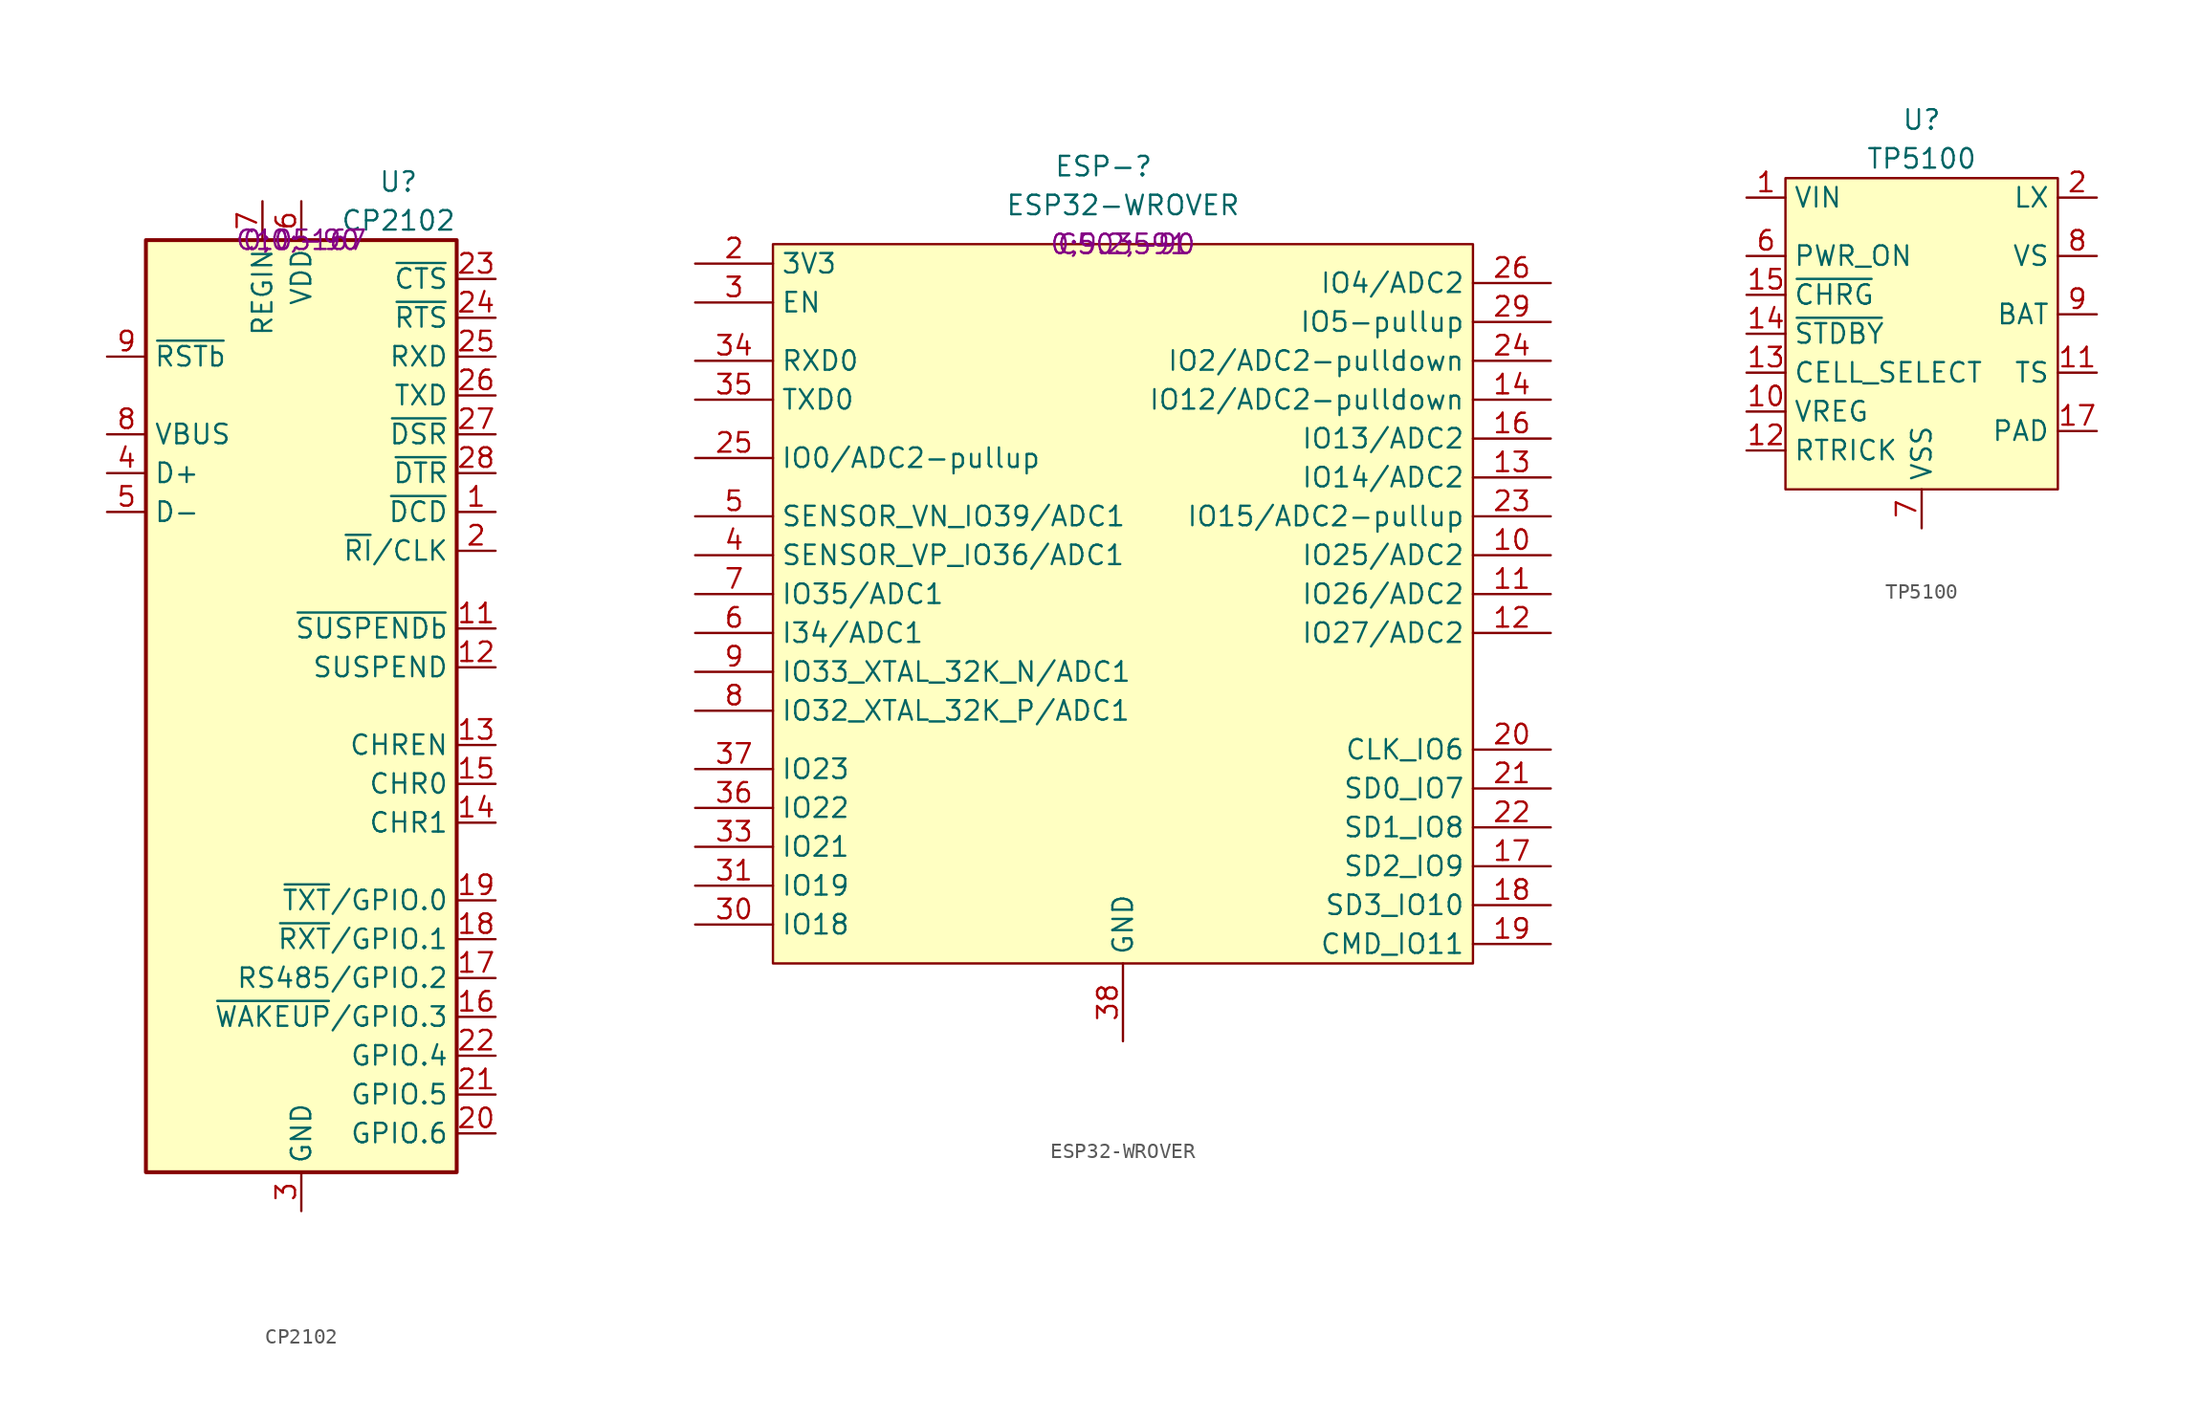
<source format=kicad_sym>
(kicad_symbol_lib
  (version 20211014)
  (generator kicad_symbol_editor)
  (symbol "CP2102"
    (property "Reference" "U"
      (at 6.35 3.81 0)
      (effects (font (size 1.27 1.27))))
    (property "Value" "CP2102"
      (at 6.35 1.27 0)
      (effects (font (size 1.27 1.27))))
    (property "LCSC" "C105167"
      (at 0 0 0)
      (effects (font (size 1.27 1.27))))
    (property "JLCPCB_CORRECTION" "0;0;-90"
      (at 0 0 0)
      (effects (font (size 1.27 1.27))))
    (symbol "CP2102_0_1"
      (rectangle (start -10.16 0) (end 10.16 -60.96) (stroke (width 0.254) (type default) (color 0 0 0 0)) (fill (type background))))
    (symbol "CP2102_1_1"
      (pin input line (at 12.7 -17.78 180) (length 2.54) (name "~{DCD}" (effects (font (size 1.27 1.27)))) (number "1" (effects (font (size 1.27 1.27)))))
      (pin no_connect line (at -10.16 -40.64 0) (length 2.54) hide (name "NC" (effects (font (size 1.27 1.27)))) (number "10" (effects (font (size 1.27 1.27)))))
      (pin output line (at 12.7 -25.4 180) (length 2.54) (name "~{SUSPENDb}" (effects (font (size 1.27 1.27)))) (number "11" (effects (font (size 1.27 1.27)))))
      (pin output line (at 12.7 -27.94 180) (length 2.54) (name "SUSPEND" (effects (font (size 1.27 1.27)))) (number "12" (effects (font (size 1.27 1.27)))))
      (pin output line (at 12.7 -33.02 180) (length 2.54) (name "CHREN" (effects (font (size 1.27 1.27)))) (number "13" (effects (font (size 1.27 1.27)))))
      (pin output line (at 12.7 -38.1 180) (length 2.54) (name "CHR1" (effects (font (size 1.27 1.27)))) (number "14" (effects (font (size 1.27 1.27)))))
      (pin output line (at 12.7 -35.56 180) (length 2.54) (name "CHR0" (effects (font (size 1.27 1.27)))) (number "15" (effects (font (size 1.27 1.27)))))
      (pin bidirectional line (at 12.7 -50.8 180) (length 2.54) (name "~{WAKEUP}/GPIO.3" (effects (font (size 1.27 1.27)))) (number "16" (effects (font (size 1.27 1.27)))))
      (pin bidirectional line (at 12.7 -48.26 180) (length 2.54) (name "RS485/GPIO.2" (effects (font (size 1.27 1.27)))) (number "17" (effects (font (size 1.27 1.27)))))
      (pin bidirectional line (at 12.7 -45.72 180) (length 2.54) (name "~{RXT}/GPIO.1" (effects (font (size 1.27 1.27)))) (number "18" (effects (font (size 1.27 1.27)))))
      (pin bidirectional line (at 12.7 -43.18 180) (length 2.54) (name "~{TXT}/GPIO.0" (effects (font (size 1.27 1.27)))) (number "19" (effects (font (size 1.27 1.27)))))
      (pin bidirectional line (at 12.7 -20.32 180) (length 2.54) (name "~{RI}/CLK" (effects (font (size 1.27 1.27)))) (number "2" (effects (font (size 1.27 1.27)))))
      (pin bidirectional line (at 12.7 -58.42 180) (length 2.54) (name "GPIO.6" (effects (font (size 1.27 1.27)))) (number "20" (effects (font (size 1.27 1.27)))))
      (pin bidirectional line (at 12.7 -55.88 180) (length 2.54) (name "GPIO.5" (effects (font (size 1.27 1.27)))) (number "21" (effects (font (size 1.27 1.27)))))
      (pin bidirectional line (at 12.7 -53.34 180) (length 2.54) (name "GPIO.4" (effects (font (size 1.27 1.27)))) (number "22" (effects (font (size 1.27 1.27)))))
      (pin input line (at 12.7 -2.54 180) (length 2.54) (name "~{CTS}" (effects (font (size 1.27 1.27)))) (number "23" (effects (font (size 1.27 1.27)))))
      (pin output line (at 12.7 -5.08 180) (length 2.54) (name "~{RTS}" (effects (font (size 1.27 1.27)))) (number "24" (effects (font (size 1.27 1.27)))))
      (pin input line (at 12.7 -7.62 180) (length 2.54) (name "RXD" (effects (font (size 1.27 1.27)))) (number "25" (effects (font (size 1.27 1.27)))))
      (pin output line (at 12.7 -10.16 180) (length 2.54) (name "TXD" (effects (font (size 1.27 1.27)))) (number "26" (effects (font (size 1.27 1.27)))))
      (pin input line (at 12.7 -12.7 180) (length 2.54) (name "~{DSR}" (effects (font (size 1.27 1.27)))) (number "27" (effects (font (size 1.27 1.27)))))
      (pin output line (at 12.7 -15.24 180) (length 2.54) (name "~{DTR}" (effects (font (size 1.27 1.27)))) (number "28" (effects (font (size 1.27 1.27)))))
      (pin passive line (at 0 -63.5 90) (length 2.54) hide (name "GND" (effects (font (size 1.27 1.27)))) (number "29" (effects (font (size 1.27 1.27)))))
      (pin power_in line (at 0 -63.5 90) (length 2.54) (name "GND" (effects (font (size 1.27 1.27)))) (number "3" (effects (font (size 1.27 1.27)))))
      (pin bidirectional line (at -12.7 -15.24 0) (length 2.54) (name "D+" (effects (font (size 1.27 1.27)))) (number "4" (effects (font (size 1.27 1.27)))))
      (pin bidirectional line (at -12.7 -17.78 0) (length 2.54) (name "D-" (effects (font (size 1.27 1.27)))) (number "5" (effects (font (size 1.27 1.27)))))
      (pin passive line (at 0 2.54 270) (length 2.54) (name "VDD" (effects (font (size 1.27 1.27)))) (number "6" (effects (font (size 1.27 1.27)))))
      (pin power_in line (at -2.54 2.54 270) (length 2.54) (name "REGIN" (effects (font (size 1.27 1.27)))) (number "7" (effects (font (size 1.27 1.27)))))
      (pin input line (at -12.7 -12.7 0) (length 2.54) (name "VBUS" (effects (font (size 1.27 1.27)))) (number "8" (effects (font (size 1.27 1.27)))))
      (pin input line (at -12.7 -7.62 0) (length 2.54) (name "~{RSTb}" (effects (font (size 1.27 1.27)))) (number "9" (effects (font (size 1.27 1.27)))))))
  (symbol "ESP32-WROVER"
    (property "Reference" "ESP-"
      (at -1.27 5.08 0)
      (effects (font (size 1.27 1.27))))
    (property "Value" "ESP32-WROVER"
      (at 0 2.54 0)
      (effects (font (size 1.27 1.27))))
    (property "LCSC" "C503591"
      (at 0 0 0)
      (effects (font (size 1.27 1.27))))
    (property "JLCPCB_CORRECTION" "0;9.2;-90"
      (at 0 0 0)
      (effects (font (size 1.27 1.27))))
    (symbol "ESP32-WROVER_0_1"
      (rectangle (start 22.86 -46.99) (end -22.86 0) (stroke (width 0) (type default) (color 0 0 0 0)) (fill (type background))))
    (symbol "ESP32-WROVER_1_1"
      (pin power_in line (at 0 -52.07 90) (length 5.08) hide (name "GND" (effects (font (size 1.27 1.27)))) (number "1" (effects (font (size 1.27 1.27)))))
      (pin bidirectional line (at 27.94 -20.32 180) (length 5.08) (name "IO25/ADC2" (effects (font (size 1.27 1.27)))) (number "10" (effects (font (size 1.27 1.27)))))
      (pin bidirectional line (at 27.94 -22.86 180) (length 5.08) (name "IO26/ADC2" (effects (font (size 1.27 1.27)))) (number "11" (effects (font (size 1.27 1.27)))))
      (pin bidirectional line (at 27.94 -25.4 180) (length 5.08) (name "IO27/ADC2" (effects (font (size 1.27 1.27)))) (number "12" (effects (font (size 1.27 1.27)))))
      (pin bidirectional line (at 27.94 -15.24 180) (length 5.08) (name "IO14/ADC2" (effects (font (size 1.27 1.27)))) (number "13" (effects (font (size 1.27 1.27)))))
      (pin bidirectional line (at 27.94 -10.16 180) (length 5.08) (name "IO12/ADC2-pulldown" (effects (font (size 1.27 1.27)))) (number "14" (effects (font (size 1.27 1.27)))))
      (pin power_in line (at 0 -52.07 90) (length 5.08) hide (name "GND" (effects (font (size 1.27 1.27)))) (number "15" (effects (font (size 1.27 1.27)))))
      (pin bidirectional line (at 27.94 -12.7 180) (length 5.08) (name "IO13/ADC2" (effects (font (size 1.27 1.27)))) (number "16" (effects (font (size 1.27 1.27)))))
      (pin bidirectional line (at 27.94 -40.64 180) (length 5.08) (name "SD2_IO9" (effects (font (size 1.27 1.27)))) (number "17" (effects (font (size 1.27 1.27)))))
      (pin bidirectional line (at 27.94 -43.18 180) (length 5.08) (name "SD3_IO10" (effects (font (size 1.27 1.27)))) (number "18" (effects (font (size 1.27 1.27)))))
      (pin bidirectional line (at 27.94 -45.72 180) (length 5.08) (name "CMD_IO11" (effects (font (size 1.27 1.27)))) (number "19" (effects (font (size 1.27 1.27)))))
      (pin power_in line (at -27.94 -1.27 0) (length 5.08) (name "3V3" (effects (font (size 1.27 1.27)))) (number "2" (effects (font (size 1.27 1.27)))))
      (pin bidirectional line (at 27.94 -33.02 180) (length 5.08) (name "CLK_IO6" (effects (font (size 1.27 1.27)))) (number "20" (effects (font (size 1.27 1.27)))))
      (pin bidirectional line (at 27.94 -35.56 180) (length 5.08) (name "SD0_IO7" (effects (font (size 1.27 1.27)))) (number "21" (effects (font (size 1.27 1.27)))))
      (pin bidirectional line (at 27.94 -38.1 180) (length 5.08) (name "SD1_IO8" (effects (font (size 1.27 1.27)))) (number "22" (effects (font (size 1.27 1.27)))))
      (pin bidirectional line (at 27.94 -17.78 180) (length 5.08) (name "IO15/ADC2-pullup" (effects (font (size 1.27 1.27)))) (number "23" (effects (font (size 1.27 1.27)))))
      (pin bidirectional line (at 27.94 -7.62 180) (length 5.08) (name "IO2/ADC2-pulldown" (effects (font (size 1.27 1.27)))) (number "24" (effects (font (size 1.27 1.27)))))
      (pin bidirectional line (at -27.94 -13.97 0) (length 5.08) (name "IO0/ADC2-pullup" (effects (font (size 1.27 1.27)))) (number "25" (effects (font (size 1.27 1.27)))))
      (pin bidirectional line (at 27.94 -2.54 180) (length 5.08) (name "IO4/ADC2" (effects (font (size 1.27 1.27)))) (number "26" (effects (font (size 1.27 1.27)))))
      (pin bidirectional line (at 27.94 -5.08 180) (length 5.08) (name "IO5-pullup" (effects (font (size 1.27 1.27)))) (number "29" (effects (font (size 1.27 1.27)))))
      (pin input line (at -27.94 -3.81 0) (length 5.08) (name "EN" (effects (font (size 1.27 1.27)))) (number "3" (effects (font (size 1.27 1.27)))))
      (pin bidirectional line (at -27.94 -44.45 0) (length 5.08) (name "IO18" (effects (font (size 1.27 1.27)))) (number "30" (effects (font (size 1.27 1.27)))))
      (pin bidirectional line (at -27.94 -41.91 0) (length 5.08) (name "IO19" (effects (font (size 1.27 1.27)))) (number "31" (effects (font (size 1.27 1.27)))))
      (pin bidirectional line (at -27.94 -39.37 0) (length 5.08) (name "IO21" (effects (font (size 1.27 1.27)))) (number "33" (effects (font (size 1.27 1.27)))))
      (pin input line (at -27.94 -7.62 0) (length 5.08) (name "RXD0" (effects (font (size 1.27 1.27)))) (number "34" (effects (font (size 1.27 1.27)))))
      (pin output line (at -27.94 -10.16 0) (length 5.08) (name "TXD0" (effects (font (size 1.27 1.27)))) (number "35" (effects (font (size 1.27 1.27)))))
      (pin bidirectional line (at -27.94 -36.83 0) (length 5.08) (name "IO22" (effects (font (size 1.27 1.27)))) (number "36" (effects (font (size 1.27 1.27)))))
      (pin bidirectional line (at -27.94 -34.29 0) (length 5.08) (name "IO23" (effects (font (size 1.27 1.27)))) (number "37" (effects (font (size 1.27 1.27)))))
      (pin power_in line (at 0 -52.07 90) (length 5.08) (name "GND" (effects (font (size 1.27 1.27)))) (number "38" (effects (font (size 1.27 1.27)))))
      (pin power_in line (at 0 -52.07 90) (length 5.08) hide (name "GND" (effects (font (size 1.27 1.27)))) (number "39" (effects (font (size 1.27 1.27)))))
      (pin input line (at -27.94 -20.32 0) (length 5.08) (name "SENSOR_VP_IO36/ADC1" (effects (font (size 1.27 1.27)))) (number "4" (effects (font (size 1.27 1.27)))))
      (pin input line (at -27.94 -17.78 0) (length 5.08) (name "SENSOR_VN_IO39/ADC1" (effects (font (size 1.27 1.27)))) (number "5" (effects (font (size 1.27 1.27)))))
      (pin input line (at -27.94 -25.4 0) (length 5.08) (name "I34/ADC1" (effects (font (size 1.27 1.27)))) (number "6" (effects (font (size 1.27 1.27)))))
      (pin input line (at -27.94 -22.86 0) (length 5.08) (name "IO35/ADC1" (effects (font (size 1.27 1.27)))) (number "7" (effects (font (size 1.27 1.27)))))
      (pin bidirectional line (at -27.94 -30.48 0) (length 5.08) (name "IO32_XTAL_32K_P/ADC1" (effects (font (size 1.27 1.27)))) (number "8" (effects (font (size 1.27 1.27)))))
      (pin bidirectional line (at -27.94 -27.94 0) (length 5.08) (name "IO33_XTAL_32K_N/ADC1" (effects (font (size 1.27 1.27)))) (number "9" (effects (font (size 1.27 1.27)))))))
  (symbol "TP5100"
    (property "Reference" "U"
      (at 0 3.81 0)
      (effects (font (size 1.27 1.27))))
    (property "Value" "TP5100"
      (at 0 1.27 0)
      (effects (font (size 1.27 1.27))))
    (symbol "TP5100_0_1"
      (rectangle (start 8.89 -20.32) (end -8.89 0) (stroke (width 0) (type default) (color 0 0 0 0)) (fill (type background))))
    (symbol "TP5100_1_1"
      (pin power_in line (at -11.43 -1.27 0) (length 2.54) (name "VIN" (effects (font (size 1.27 1.27)))) (number "1" (effects (font (size 1.27 1.27)))))
      (pin power_in line (at -11.43 -15.24 0) (length 2.54) (name "VREG" (effects (font (size 1.27 1.27)))) (number "10" (effects (font (size 1.27 1.27)))))
      (pin input line (at 11.43 -12.7 180) (length 2.54) (name "TS" (effects (font (size 1.27 1.27)))) (number "11" (effects (font (size 1.27 1.27)))))
      (pin input line (at -11.43 -17.78 0) (length 2.54) (name "RTRICK" (effects (font (size 1.27 1.27)))) (number "12" (effects (font (size 1.27 1.27)))))
      (pin input line (at -11.43 -12.7 0) (length 2.54) (name "CELL_SELECT" (effects (font (size 1.27 1.27)))) (number "13" (effects (font (size 1.27 1.27)))))
      (pin open_collector line (at -11.43 -10.16 0) (length 2.54) (name "~{STDBY}" (effects (font (size 1.27 1.27)))) (number "14" (effects (font (size 1.27 1.27)))))
      (pin open_collector line (at -11.43 -7.62 0) (length 2.54) (name "~{CHRG}" (effects (font (size 1.27 1.27)))) (number "15" (effects (font (size 1.27 1.27)))))
      (pin power_in line (at -11.43 -1.27 0) (length 2.54) hide (name "VIN" (effects (font (size 1.27 1.27)))) (number "16" (effects (font (size 1.27 1.27)))))
      (pin passive line (at 11.43 -16.51 180) (length 2.54) (name "PAD" (effects (font (size 1.27 1.27)))) (number "17" (effects (font (size 1.27 1.27)))))
      (pin power_out line (at 11.43 -1.27 180) (length 2.54) (name "LX" (effects (font (size 1.27 1.27)))) (number "2" (effects (font (size 1.27 1.27)))))
      (pin power_out line (at 11.43 -1.27 180) (length 2.54) hide (name "LX" (effects (font (size 1.27 1.27)))) (number "3" (effects (font (size 1.27 1.27)))))
      (pin power_in line (at -11.43 -1.27 0) (length 2.54) hide (name "VIN" (effects (font (size 1.27 1.27)))) (number "4" (effects (font (size 1.27 1.27)))))
      (pin power_in line (at -11.43 -1.27 0) (length 2.54) hide (name "VIN" (effects (font (size 1.27 1.27)))) (number "5" (effects (font (size 1.27 1.27)))))
      (pin input line (at -11.43 -5.08 0) (length 2.54) (name "PWR_ON" (effects (font (size 1.27 1.27)))) (number "6" (effects (font (size 1.27 1.27)))))
      (pin power_in line (at 0 -22.86 90) (length 2.54) (name "VSS" (effects (font (size 1.27 1.27)))) (number "7" (effects (font (size 1.27 1.27)))))
      (pin input line (at 11.43 -5.08 180) (length 2.54) (name "VS" (effects (font (size 1.27 1.27)))) (number "8" (effects (font (size 1.27 1.27)))))
      (pin power_out line (at 11.43 -8.89 180) (length 2.54) (name "BAT" (effects (font (size 1.27 1.27)))) (number "9" (effects (font (size 1.27 1.27))))))))
</source>
